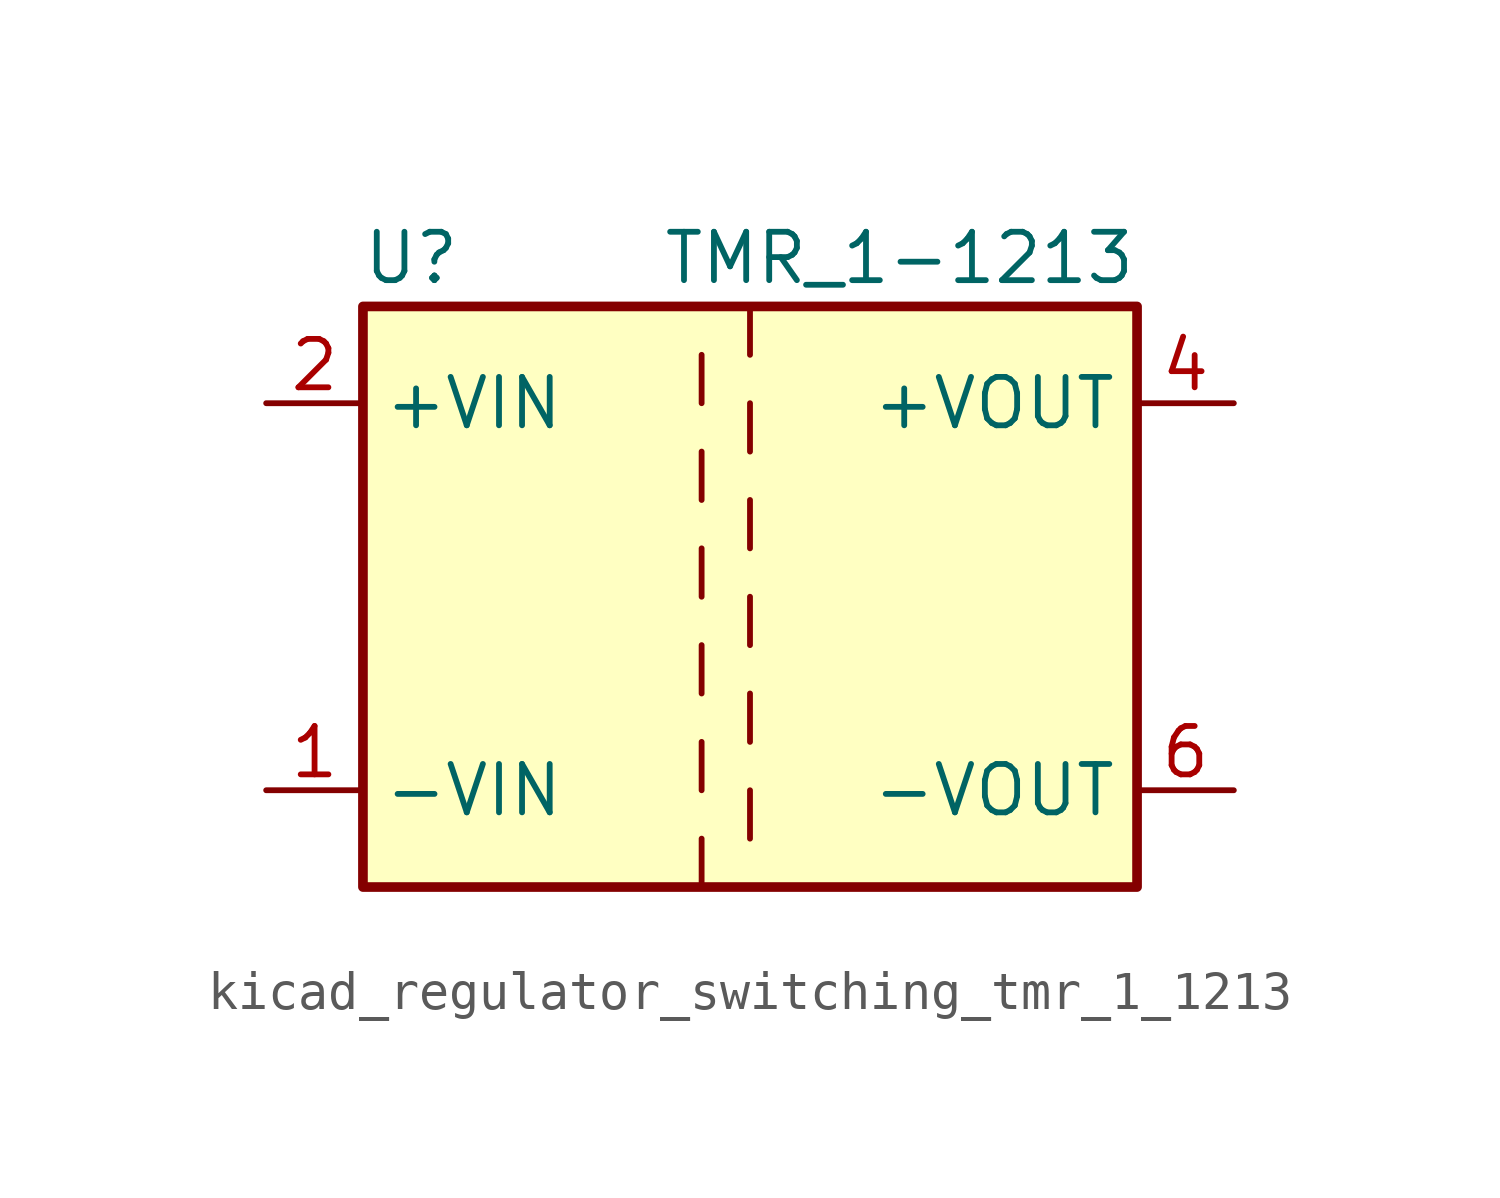
<source format=kicad_sym>
(kicad_symbol_lib
  (version 20220914)
  (generator kicad_symbol_editor)
  (symbol "kicad_regulator_switching_tmr_1_1213"
    (property "Reference" "U"
      (at -8.89 8.89 0)
      (effects (font (size 1.27 1.27))))
    (property "Value" "TMR_1-1213"
      (at 10.16 8.89 0)
      (effects (font (size 1.27 1.27)) (justify right)))
    (symbol "kicad_regulator_switching_tmr_1_1213_0_1"
      (rectangle (start -10.16 7.62) (end 10.16 -7.62) (stroke (width 0.254) (type default)) (fill (type background)))
      (polyline (pts (xy -1.27 -7.62) (xy -1.27 -6.35)) (stroke (width 0) (type default)) (fill (type none)))
      (polyline (pts (xy -1.27 -5.08) (xy -1.27 -3.81)) (stroke (width 0) (type default)) (fill (type none)))
      (polyline (pts (xy -1.27 -2.54) (xy -1.27 -1.27)) (stroke (width 0) (type default)) (fill (type none)))
      (polyline (pts (xy -1.27 0) (xy -1.27 1.27)) (stroke (width 0) (type default)) (fill (type none)))
      (polyline (pts (xy -1.27 2.54) (xy -1.27 3.81)) (stroke (width 0) (type default)) (fill (type none)))
      (polyline (pts (xy -1.27 5.08) (xy -1.27 6.35)) (stroke (width 0) (type default)) (fill (type none)))
      (polyline (pts (xy 0 -5.08) (xy 0 -6.35)) (stroke (width 0) (type default)) (fill (type none)))
      (polyline (pts (xy 0 -2.54) (xy 0 -3.81)) (stroke (width 0) (type default)) (fill (type none)))
      (polyline (pts (xy 0 0) (xy 0 -1.27)) (stroke (width 0) (type default)) (fill (type none)))
      (polyline (pts (xy 0 2.54) (xy 0 1.27)) (stroke (width 0) (type default)) (fill (type none)))
      (polyline (pts (xy 0 5.08) (xy 0 3.81)) (stroke (width 0) (type default)) (fill (type none)))
      (polyline (pts (xy 0 7.62) (xy 0 6.35)) (stroke (width 0) (type default)) (fill (type none))))
    (symbol "kicad_regulator_switching_tmr_1_1213_1_1"
      (pin power_in line (at -12.7 -5.08 0) (length 2.54) (name "-VIN" (effects (font (size 1.27 1.27)))) (number "1" (effects (font (size 1.27 1.27)))))
      (pin power_in line (at -12.7 5.08 0) (length 2.54) (name "+VIN" (effects (font (size 1.27 1.27)))) (number "2" (effects (font (size 1.27 1.27)))))
      (pin power_out line (at 12.7 5.08 180) (length 2.54) (name "+VOUT" (effects (font (size 1.27 1.27)))) (number "4" (effects (font (size 1.27 1.27)))))
      (pin power_out line (at 12.7 -5.08 180) (length 2.54) (name "-VOUT" (effects (font (size 1.27 1.27)))) (number "6" (effects (font (size 1.27 1.27))))))))
</source>
